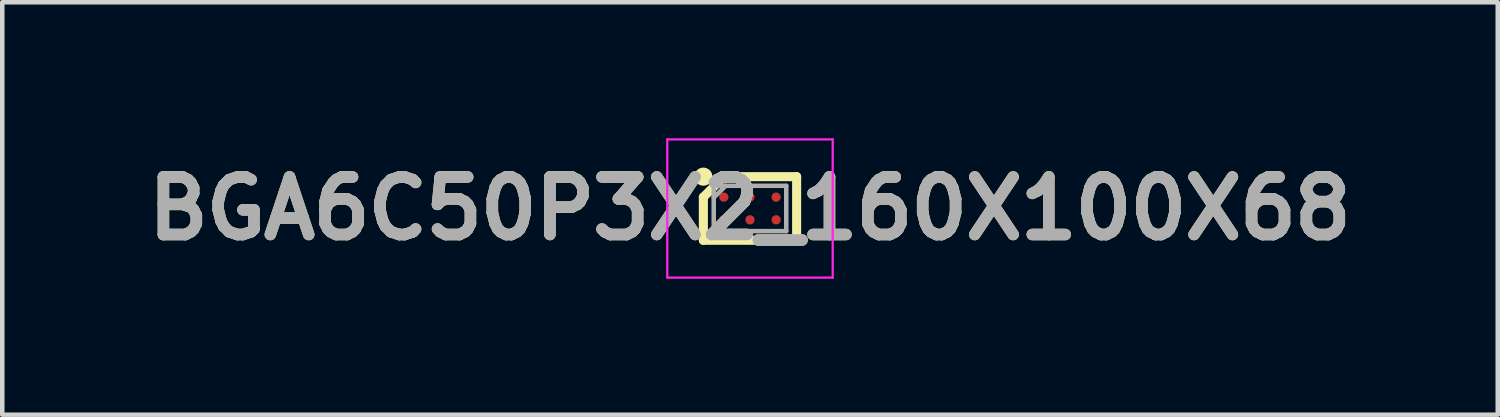
<source format=kicad_pcb>
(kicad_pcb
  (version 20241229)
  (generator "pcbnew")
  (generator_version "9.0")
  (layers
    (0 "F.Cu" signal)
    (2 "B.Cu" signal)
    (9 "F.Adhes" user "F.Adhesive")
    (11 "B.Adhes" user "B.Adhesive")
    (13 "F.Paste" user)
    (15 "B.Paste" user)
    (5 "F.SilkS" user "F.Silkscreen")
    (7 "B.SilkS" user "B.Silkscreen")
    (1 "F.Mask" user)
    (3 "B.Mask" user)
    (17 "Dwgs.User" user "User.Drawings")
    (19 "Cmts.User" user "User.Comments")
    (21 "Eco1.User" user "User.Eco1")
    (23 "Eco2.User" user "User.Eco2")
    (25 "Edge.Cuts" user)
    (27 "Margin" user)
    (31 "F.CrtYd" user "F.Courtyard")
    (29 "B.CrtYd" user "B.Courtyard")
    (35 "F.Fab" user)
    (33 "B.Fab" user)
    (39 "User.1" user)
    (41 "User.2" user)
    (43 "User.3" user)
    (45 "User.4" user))
  (footprint "BGA6C50P3X2_160X100X68"
    (layer "F.Cu")
    (at 13.498 1.55)
    (property "Reference" "BGA6C50P3X2_160X100X68" (at 0 0 0) (layer "F.SilkS") (effects (font (size 1.27 1.27) (thickness 0.254))))
    (attr smd)
    (fp_line (start -1.029 -0.25) (end -0.577 -0.702) (stroke (width 0.2) (type solid)) (layer "F.SilkS"))
    (fp_line (start -1.029 0.702) (end -1.029 -0.25) (stroke (width 0.2) (type solid)) (layer "F.SilkS"))
    (fp_line (start -0.577 -0.702) (end 1.029 -0.702) (stroke (width 0.2) (type solid)) (layer "F.SilkS"))
    (fp_line (start 1.029 -0.702) (end 1.029 0.702) (stroke (width 0.2) (type solid)) (layer "F.SilkS"))
    (fp_line (start 1.029 0.702) (end -1.029 0.702) (stroke (width 0.2) (type solid)) (layer "F.SilkS"))
    (fp_circle (center -1.029 -0.702) (end -1.029 -0.602) (stroke (width 0.2) (type solid)) (fill no) (layer "F.SilkS"))
    (fp_line (start -1.825 -1.525) (end 1.825 -1.525) (stroke (width 0.05) (type solid)) (layer "F.CrtYd"))
    (fp_line (start -1.825 1.525) (end -1.825 -1.525) (stroke (width 0.05) (type solid)) (layer "F.CrtYd"))
    (fp_line (start 1.825 -1.525) (end 1.825 1.525) (stroke (width 0.05) (type solid)) (layer "F.CrtYd"))
    (fp_line (start 1.825 1.525) (end -1.825 1.525) (stroke (width 0.05) (type solid)) (layer "F.CrtYd"))
    (fp_line (start -0.8 -0.5) (end 0.8 -0.5) (stroke (width 0.1) (type solid)) (layer "F.Fab"))
    (fp_line (start -0.8 -0.238) (end -0.538 -0.5) (stroke (width 0.1) (type solid)) (layer "F.Fab"))
    (fp_line (start -0.8 0.5) (end -0.8 -0.5) (stroke (width 0.1) (type solid)) (layer "F.Fab"))
    (fp_line (start 0.8 -0.5) (end 0.8 0.5) (stroke (width 0.1) (type solid)) (layer "F.Fab"))
    (fp_line (start 0.8 0.5) (end -0.8 0.5) (stroke (width 0.1) (type solid)) (layer "F.Fab"))
    (fp_text user "${REFERENCE}" (at 0 0 0) (layer "F.Fab") (effects (font (size 1.27 1.27) (thickness 0.254))))
    (pad "A1" smd circle (at -0.577 -0.25 90) (size 0.204 0.204) (layers "F.Cu" "F.Mask" "F.Paste"))
    (pad "A2" smd circle (at 0 -0.25 90) (size 0.204 0.204) (layers "F.Cu" "F.Mask" "F.Paste"))
    (pad "A3" smd circle (at 0.577 -0.25 90) (size 0.204 0.204) (layers "F.Cu" "F.Mask" "F.Paste"))
    (pad "B1" smd circle (at -0.577 0.25 90) (size 0.204 0.204) (layers "F.Cu" "F.Mask" "F.Paste"))
    (pad "B2" smd circle (at 0 0.25 90) (size 0.204 0.204) (layers "F.Cu" "F.Mask" "F.Paste"))
    (pad "B3" smd circle (at 0.577 0.25 90) (size 0.204 0.204) (layers "F.Cu" "F.Mask" "F.Paste")))
  (gr_rect
    (start -3 -3)
    (end 29.997 6.1)
    (stroke (width 0.1) (type default))
    (fill no)
    (layer "Edge.Cuts")))
</source>
